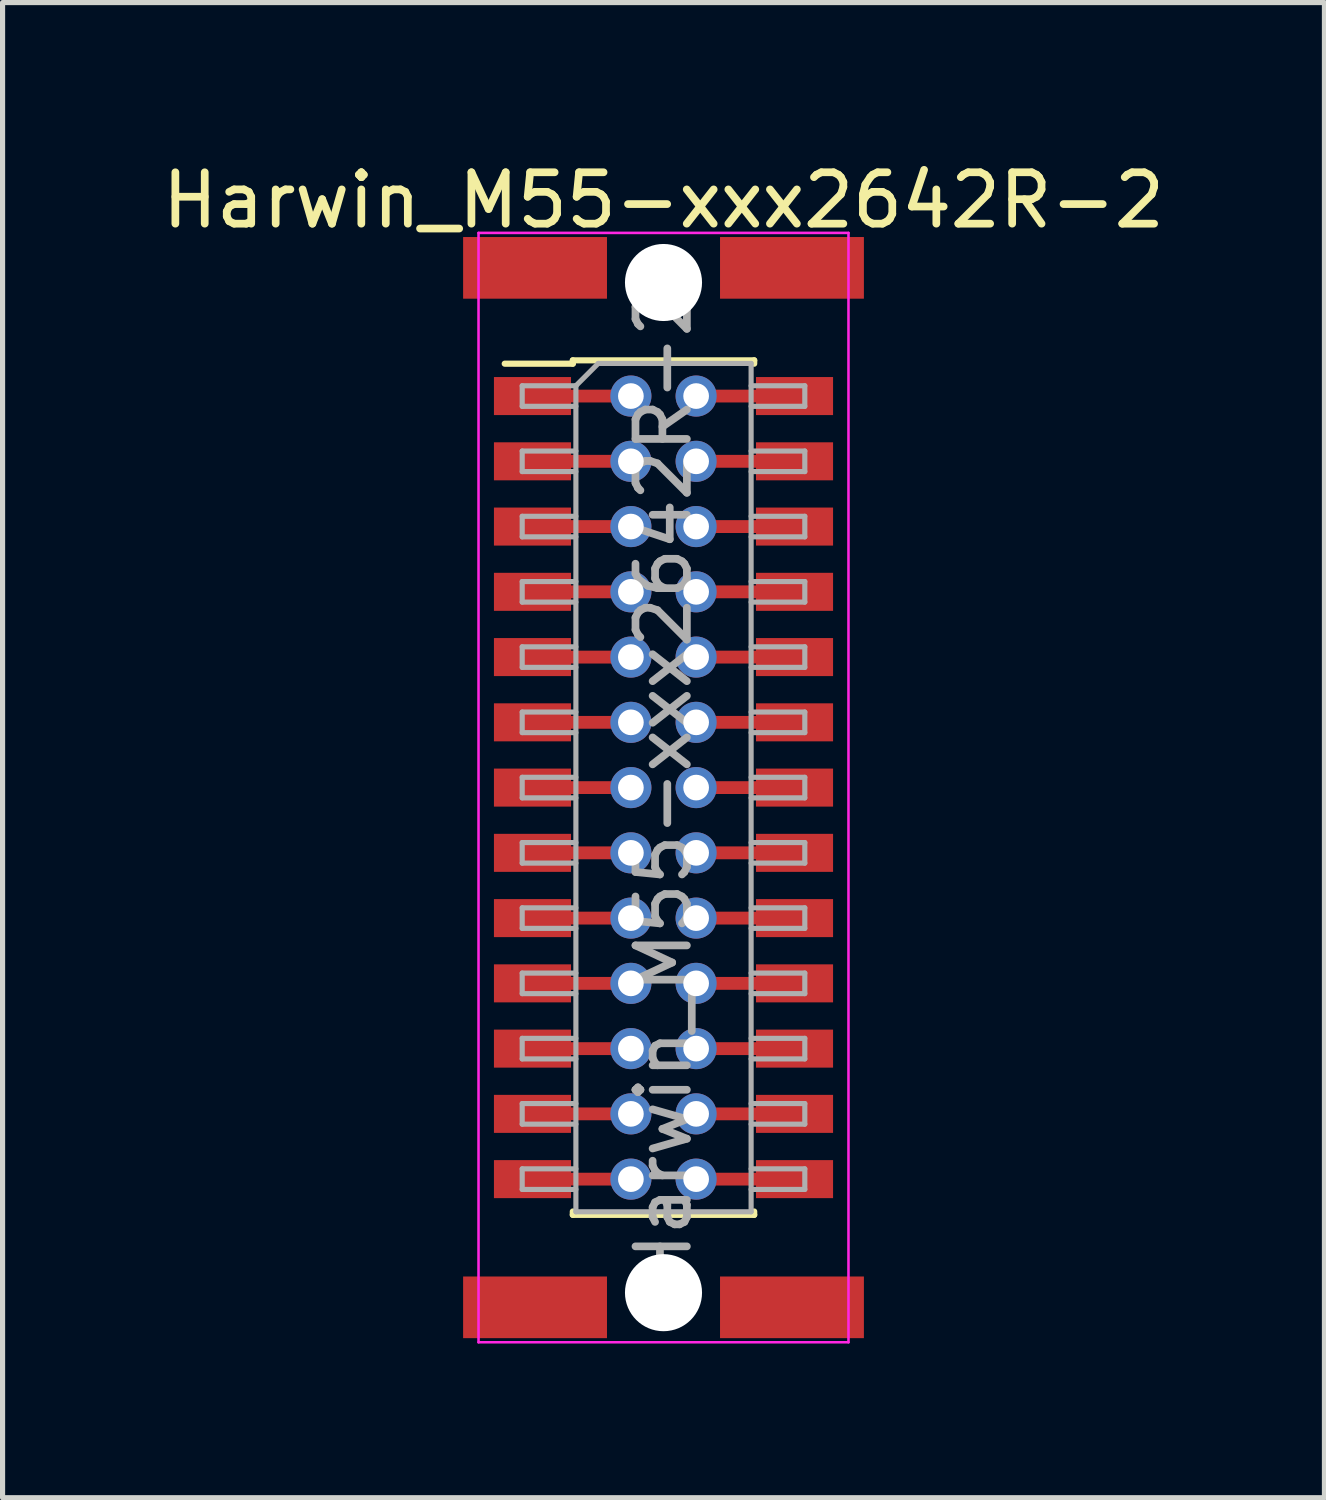
<source format=kicad_pcb>
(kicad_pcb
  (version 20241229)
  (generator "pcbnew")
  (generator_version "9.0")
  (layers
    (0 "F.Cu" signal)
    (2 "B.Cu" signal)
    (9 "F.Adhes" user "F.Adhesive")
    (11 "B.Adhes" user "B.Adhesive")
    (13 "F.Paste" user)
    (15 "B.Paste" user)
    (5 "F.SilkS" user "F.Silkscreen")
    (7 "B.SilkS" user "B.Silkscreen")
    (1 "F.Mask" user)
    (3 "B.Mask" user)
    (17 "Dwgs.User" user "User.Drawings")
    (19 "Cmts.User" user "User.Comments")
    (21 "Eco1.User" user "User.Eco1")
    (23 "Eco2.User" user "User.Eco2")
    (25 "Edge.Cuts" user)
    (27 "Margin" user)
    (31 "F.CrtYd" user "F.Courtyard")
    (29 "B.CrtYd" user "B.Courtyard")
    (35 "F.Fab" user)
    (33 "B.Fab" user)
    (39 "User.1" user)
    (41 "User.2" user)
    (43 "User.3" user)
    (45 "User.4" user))
  (footprint "Harwin_M55-xxx2642R-2"
    (layer "F.Cu")
    (at 9.863 12.278)
    (property "Reference" "Harwin_M55-xxx2642R-2" (at 0 -11.43 0) (layer "F.SilkS") (effects (font (size 1 1) (thickness 0.15))))
    (attr smd)
    (fp_line (start -0.635 -7.62) (end -1.905 -7.62) (stroke (width 0.25) (type solid)) (layer "F.Cu"))
    (fp_line (start -0.635 -6.35) (end -1.905 -6.35) (stroke (width 0.25) (type solid)) (layer "F.Cu"))
    (fp_line (start -0.635 -5.08) (end -1.905 -5.08) (stroke (width 0.25) (type solid)) (layer "F.Cu"))
    (fp_line (start -0.635 -3.81) (end -1.905 -3.81) (stroke (width 0.25) (type solid)) (layer "F.Cu"))
    (fp_line (start -0.635 -2.54) (end -1.905 -2.54) (stroke (width 0.25) (type solid)) (layer "F.Cu"))
    (fp_line (start -0.635 -1.27) (end -1.905 -1.27) (stroke (width 0.25) (type solid)) (layer "F.Cu"))
    (fp_line (start -0.635 0) (end -1.905 0) (stroke (width 0.25) (type solid)) (layer "F.Cu"))
    (fp_line (start -0.635 1.27) (end -1.905 1.27) (stroke (width 0.25) (type solid)) (layer "F.Cu"))
    (fp_line (start -0.635 2.54) (end -1.905 2.54) (stroke (width 0.25) (type solid)) (layer "F.Cu"))
    (fp_line (start -0.635 3.81) (end -1.905 3.81) (stroke (width 0.25) (type solid)) (layer "F.Cu"))
    (fp_line (start -0.635 5.08) (end -1.905 5.08) (stroke (width 0.25) (type solid)) (layer "F.Cu"))
    (fp_line (start -0.635 6.35) (end -1.905 6.35) (stroke (width 0.25) (type solid)) (layer "F.Cu"))
    (fp_line (start -0.635 7.62) (end -1.905 7.62) (stroke (width 0.25) (type solid)) (layer "F.Cu"))
    (fp_line (start 0.635 -7.62) (end 1.905 -7.62) (stroke (width 0.25) (type solid)) (layer "F.Cu"))
    (fp_line (start 0.635 -6.35) (end 1.905 -6.35) (stroke (width 0.25) (type solid)) (layer "F.Cu"))
    (fp_line (start 0.635 -5.08) (end 1.905 -5.08) (stroke (width 0.25) (type solid)) (layer "F.Cu"))
    (fp_line (start 0.635 -3.81) (end 1.905 -3.81) (stroke (width 0.25) (type solid)) (layer "F.Cu"))
    (fp_line (start 0.635 -2.54) (end 1.905 -2.54) (stroke (width 0.25) (type solid)) (layer "F.Cu"))
    (fp_line (start 0.635 -1.27) (end 1.905 -1.27) (stroke (width 0.25) (type solid)) (layer "F.Cu"))
    (fp_line (start 0.635 0) (end 1.905 0) (stroke (width 0.25) (type solid)) (layer "F.Cu"))
    (fp_line (start 0.635 1.27) (end 1.905 1.27) (stroke (width 0.25) (type solid)) (layer "F.Cu"))
    (fp_line (start 0.635 2.54) (end 1.905 2.54) (stroke (width 0.25) (type solid)) (layer "F.Cu"))
    (fp_line (start 0.635 3.81) (end 1.905 3.81) (stroke (width 0.25) (type solid)) (layer "F.Cu"))
    (fp_line (start 0.635 5.08) (end 1.905 5.08) (stroke (width 0.25) (type solid)) (layer "F.Cu"))
    (fp_line (start 0.635 6.35) (end 1.905 6.35) (stroke (width 0.25) (type solid)) (layer "F.Cu"))
    (fp_line (start 0.635 7.62) (end 1.905 7.62) (stroke (width 0.25) (type solid)) (layer "F.Cu"))
    (fp_line (start -3.09 -8.25) (end -1.765 -8.25) (stroke (width 0.12) (type solid)) (layer "F.SilkS"))
    (fp_line (start -1.765 -8.315) (end -1.765 -8.25) (stroke (width 0.12) (type solid)) (layer "F.SilkS"))
    (fp_line (start -1.765 -8.315) (end 1.765 -8.315) (stroke (width 0.12) (type solid)) (layer "F.SilkS"))
    (fp_line (start -1.765 8.25) (end -1.765 8.315) (stroke (width 0.12) (type solid)) (layer "F.SilkS"))
    (fp_line (start -1.765 8.315) (end 1.765 8.315) (stroke (width 0.12) (type solid)) (layer "F.SilkS"))
    (fp_line (start 1.765 -8.315) (end 1.765 -8.25) (stroke (width 0.12) (type solid)) (layer "F.SilkS"))
    (fp_line (start 1.765 8.25) (end 1.765 8.315) (stroke (width 0.12) (type solid)) (layer "F.SilkS"))
    (fp_line (start -3.6 -10.795) (end -3.6 10.795) (stroke (width 0.05) (type solid)) (layer "F.CrtYd"))
    (fp_line (start -3.6 10.795) (end 3.6 10.795) (stroke (width 0.05) (type solid)) (layer "F.CrtYd"))
    (fp_line (start 3.6 -10.795) (end -3.6 -10.795) (stroke (width 0.05) (type solid)) (layer "F.CrtYd"))
    (fp_line (start 3.6 10.795) (end 3.6 -10.795) (stroke (width 0.05) (type solid)) (layer "F.CrtYd"))
    (fp_line (start -2.75 -7.82) (end -2.75 -7.42) (stroke (width 0.1) (type solid)) (layer "F.Fab"))
    (fp_line (start -2.75 -7.42) (end -1.705 -7.42) (stroke (width 0.1) (type solid)) (layer "F.Fab"))
    (fp_line (start -2.75 -6.55) (end -2.75 -6.15) (stroke (width 0.1) (type solid)) (layer "F.Fab"))
    (fp_line (start -2.75 -6.15) (end -1.705 -6.15) (stroke (width 0.1) (type solid)) (layer "F.Fab"))
    (fp_line (start -2.75 -5.28) (end -2.75 -4.88) (stroke (width 0.1) (type solid)) (layer "F.Fab"))
    (fp_line (start -2.75 -4.88) (end -1.705 -4.88) (stroke (width 0.1) (type solid)) (layer "F.Fab"))
    (fp_line (start -2.75 -4.01) (end -2.75 -3.61) (stroke (width 0.1) (type solid)) (layer "F.Fab"))
    (fp_line (start -2.75 -3.61) (end -1.705 -3.61) (stroke (width 0.1) (type solid)) (layer "F.Fab"))
    (fp_line (start -2.75 -2.74) (end -2.75 -2.34) (stroke (width 0.1) (type solid)) (layer "F.Fab"))
    (fp_line (start -2.75 -2.34) (end -1.705 -2.34) (stroke (width 0.1) (type solid)) (layer "F.Fab"))
    (fp_line (start -2.75 -1.47) (end -2.75 -1.07) (stroke (width 0.1) (type solid)) (layer "F.Fab"))
    (fp_line (start -2.75 -1.07) (end -1.705 -1.07) (stroke (width 0.1) (type solid)) (layer "F.Fab"))
    (fp_line (start -2.75 -0.2) (end -2.75 0.2) (stroke (width 0.1) (type solid)) (layer "F.Fab"))
    (fp_line (start -2.75 0.2) (end -1.705 0.2) (stroke (width 0.1) (type solid)) (layer "F.Fab"))
    (fp_line (start -2.75 1.07) (end -2.75 1.47) (stroke (width 0.1) (type solid)) (layer "F.Fab"))
    (fp_line (start -2.75 1.47) (end -1.705 1.47) (stroke (width 0.1) (type solid)) (layer "F.Fab"))
    (fp_line (start -2.75 2.34) (end -2.75 2.74) (stroke (width 0.1) (type solid)) (layer "F.Fab"))
    (fp_line (start -2.75 2.74) (end -1.705 2.74) (stroke (width 0.1) (type solid)) (layer "F.Fab"))
    (fp_line (start -2.75 3.61) (end -2.75 4.01) (stroke (width 0.1) (type solid)) (layer "F.Fab"))
    (fp_line (start -2.75 4.01) (end -1.705 4.01) (stroke (width 0.1) (type solid)) (layer "F.Fab"))
    (fp_line (start -2.75 4.88) (end -2.75 5.28) (stroke (width 0.1) (type solid)) (layer "F.Fab"))
    (fp_line (start -2.75 5.28) (end -1.705 5.28) (stroke (width 0.1) (type solid)) (layer "F.Fab"))
    (fp_line (start -2.75 6.15) (end -2.75 6.55) (stroke (width 0.1) (type solid)) (layer "F.Fab"))
    (fp_line (start -2.75 6.55) (end -1.705 6.55) (stroke (width 0.1) (type solid)) (layer "F.Fab"))
    (fp_line (start -2.75 7.42) (end -2.75 7.82) (stroke (width 0.1) (type solid)) (layer "F.Fab"))
    (fp_line (start -2.75 7.82) (end -1.705 7.82) (stroke (width 0.1) (type solid)) (layer "F.Fab"))
    (fp_line (start -1.705 -7.82) (end -2.75 -7.82) (stroke (width 0.1) (type solid)) (layer "F.Fab"))
    (fp_line (start -1.705 -7.82) (end -1.27 -8.255) (stroke (width 0.1) (type solid)) (layer "F.Fab"))
    (fp_line (start -1.705 -6.55) (end -2.75 -6.55) (stroke (width 0.1) (type solid)) (layer "F.Fab"))
    (fp_line (start -1.705 -5.28) (end -2.75 -5.28) (stroke (width 0.1) (type solid)) (layer "F.Fab"))
    (fp_line (start -1.705 -4.01) (end -2.75 -4.01) (stroke (width 0.1) (type solid)) (layer "F.Fab"))
    (fp_line (start -1.705 -2.74) (end -2.75 -2.74) (stroke (width 0.1) (type solid)) (layer "F.Fab"))
    (fp_line (start -1.705 -1.47) (end -2.75 -1.47) (stroke (width 0.1) (type solid)) (layer "F.Fab"))
    (fp_line (start -1.705 -0.2) (end -2.75 -0.2) (stroke (width 0.1) (type solid)) (layer "F.Fab"))
    (fp_line (start -1.705 1.07) (end -2.75 1.07) (stroke (width 0.1) (type solid)) (layer "F.Fab"))
    (fp_line (start -1.705 2.34) (end -2.75 2.34) (stroke (width 0.1) (type solid)) (layer "F.Fab"))
    (fp_line (start -1.705 3.61) (end -2.75 3.61) (stroke (width 0.1) (type solid)) (layer "F.Fab"))
    (fp_line (start -1.705 4.88) (end -2.75 4.88) (stroke (width 0.1) (type solid)) (layer "F.Fab"))
    (fp_line (start -1.705 6.15) (end -2.75 6.15) (stroke (width 0.1) (type solid)) (layer "F.Fab"))
    (fp_line (start -1.705 7.42) (end -2.75 7.42) (stroke (width 0.1) (type solid)) (layer "F.Fab"))
    (fp_line (start -1.705 8.255) (end -1.705 -7.82) (stroke (width 0.1) (type solid)) (layer "F.Fab"))
    (fp_line (start -1.27 -8.255) (end 1.705 -8.255) (stroke (width 0.1) (type solid)) (layer "F.Fab"))
    (fp_line (start 1.705 -8.255) (end 1.705 8.255) (stroke (width 0.1) (type solid)) (layer "F.Fab"))
    (fp_line (start 1.705 -7.82) (end 2.75 -7.82) (stroke (width 0.1) (type solid)) (layer "F.Fab"))
    (fp_line (start 1.705 -6.55) (end 2.75 -6.55) (stroke (width 0.1) (type solid)) (layer "F.Fab"))
    (fp_line (start 1.705 -5.28) (end 2.75 -5.28) (stroke (width 0.1) (type solid)) (layer "F.Fab"))
    (fp_line (start 1.705 -4.01) (end 2.75 -4.01) (stroke (width 0.1) (type solid)) (layer "F.Fab"))
    (fp_line (start 1.705 -2.74) (end 2.75 -2.74) (stroke (width 0.1) (type solid)) (layer "F.Fab"))
    (fp_line (start 1.705 -1.47) (end 2.75 -1.47) (stroke (width 0.1) (type solid)) (layer "F.Fab"))
    (fp_line (start 1.705 -0.2) (end 2.75 -0.2) (stroke (width 0.1) (type solid)) (layer "F.Fab"))
    (fp_line (start 1.705 1.07) (end 2.75 1.07) (stroke (width 0.1) (type solid)) (layer "F.Fab"))
    (fp_line (start 1.705 2.34) (end 2.75 2.34) (stroke (width 0.1) (type solid)) (layer "F.Fab"))
    (fp_line (start 1.705 3.61) (end 2.75 3.61) (stroke (width 0.1) (type solid)) (layer "F.Fab"))
    (fp_line (start 1.705 4.88) (end 2.75 4.88) (stroke (width 0.1) (type solid)) (layer "F.Fab"))
    (fp_line (start 1.705 6.15) (end 2.75 6.15) (stroke (width 0.1) (type solid)) (layer "F.Fab"))
    (fp_line (start 1.705 7.42) (end 2.75 7.42) (stroke (width 0.1) (type solid)) (layer "F.Fab"))
    (fp_line (start 1.705 8.255) (end -1.705 8.255) (stroke (width 0.1) (type solid)) (layer "F.Fab"))
    (fp_line (start 2.75 -7.82) (end 2.75 -7.42) (stroke (width 0.1) (type solid)) (layer "F.Fab"))
    (fp_line (start 2.75 -7.42) (end 1.705 -7.42) (stroke (width 0.1) (type solid)) (layer "F.Fab"))
    (fp_line (start 2.75 -6.55) (end 2.75 -6.15) (stroke (width 0.1) (type solid)) (layer "F.Fab"))
    (fp_line (start 2.75 -6.15) (end 1.705 -6.15) (stroke (width 0.1) (type solid)) (layer "F.Fab"))
    (fp_line (start 2.75 -5.28) (end 2.75 -4.88) (stroke (width 0.1) (type solid)) (layer "F.Fab"))
    (fp_line (start 2.75 -4.88) (end 1.705 -4.88) (stroke (width 0.1) (type solid)) (layer "F.Fab"))
    (fp_line (start 2.75 -4.01) (end 2.75 -3.61) (stroke (width 0.1) (type solid)) (layer "F.Fab"))
    (fp_line (start 2.75 -3.61) (end 1.705 -3.61) (stroke (width 0.1) (type solid)) (layer "F.Fab"))
    (fp_line (start 2.75 -2.74) (end 2.75 -2.34) (stroke (width 0.1) (type solid)) (layer "F.Fab"))
    (fp_line (start 2.75 -2.34) (end 1.705 -2.34) (stroke (width 0.1) (type solid)) (layer "F.Fab"))
    (fp_line (start 2.75 -1.47) (end 2.75 -1.07) (stroke (width 0.1) (type solid)) (layer "F.Fab"))
    (fp_line (start 2.75 -1.07) (end 1.705 -1.07) (stroke (width 0.1) (type solid)) (layer "F.Fab"))
    (fp_line (start 2.75 -0.2) (end 2.75 0.2) (stroke (width 0.1) (type solid)) (layer "F.Fab"))
    (fp_line (start 2.75 0.2) (end 1.705 0.2) (stroke (width 0.1) (type solid)) (layer "F.Fab"))
    (fp_line (start 2.75 1.07) (end 2.75 1.47) (stroke (width 0.1) (type solid)) (layer "F.Fab"))
    (fp_line (start 2.75 1.47) (end 1.705 1.47) (stroke (width 0.1) (type solid)) (layer "F.Fab"))
    (fp_line (start 2.75 2.34) (end 2.75 2.74) (stroke (width 0.1) (type solid)) (layer "F.Fab"))
    (fp_line (start 2.75 2.74) (end 1.705 2.74) (stroke (width 0.1) (type solid)) (layer "F.Fab"))
    (fp_line (start 2.75 3.61) (end 2.75 4.01) (stroke (width 0.1) (type solid)) (layer "F.Fab"))
    (fp_line (start 2.75 4.01) (end 1.705 4.01) (stroke (width 0.1) (type solid)) (layer "F.Fab"))
    (fp_line (start 2.75 4.88) (end 2.75 5.28) (stroke (width 0.1) (type solid)) (layer "F.Fab"))
    (fp_line (start 2.75 5.28) (end 1.705 5.28) (stroke (width 0.1) (type solid)) (layer "F.Fab"))
    (fp_line (start 2.75 6.15) (end 2.75 6.55) (stroke (width 0.1) (type solid)) (layer "F.Fab"))
    (fp_line (start 2.75 6.55) (end 1.705 6.55) (stroke (width 0.1) (type solid)) (layer "F.Fab"))
    (fp_line (start 2.75 7.42) (end 2.75 7.82) (stroke (width 0.1) (type solid)) (layer "F.Fab"))
    (fp_line (start 2.75 7.82) (end 1.705 7.82) (stroke (width 0.1) (type solid)) (layer "F.Fab"))
    (fp_text user "${REFERENCE}" (at 0 0 90) (layer "F.Fab") (effects (font (size 1 1) (thickness 0.15))))
    (pad "" np_thru_hole circle (at 0 -9.83) (size 1.5 1.5) (drill 1.5) (layers "*.Cu"))
    (pad "" np_thru_hole circle (at 0 9.83) (size 1.5 1.5) (drill 1.5) (layers "*.Cu"))
    (pad "1" smd rect (at -2.55 -7.62) (size 1.5 0.74) (layers "F.Cu" "F.Mask" "F.Paste"))
    (pad "1" thru_hole circle (at -0.635 -7.62) (size 0.8 0.8) (drill 0.5) (layers "*.Cu" "*.Mask"))
    (pad "2" thru_hole circle (at 0.635 -7.62) (size 0.8 0.8) (drill 0.5) (layers "*.Cu" "*.Mask"))
    (pad "2" smd rect (at 2.55 -7.62) (size 1.5 0.74) (layers "F.Cu" "F.Mask" "F.Paste"))
    (pad "3" smd rect (at -2.55 -6.35) (size 1.5 0.74) (layers "F.Cu" "F.Mask" "F.Paste"))
    (pad "3" thru_hole circle (at -0.635 -6.35) (size 0.8 0.8) (drill 0.5) (layers "*.Cu" "*.Mask"))
    (pad "4" thru_hole circle (at 0.635 -6.35) (size 0.8 0.8) (drill 0.5) (layers "*.Cu" "*.Mask"))
    (pad "4" smd rect (at 2.55 -6.35) (size 1.5 0.74) (layers "F.Cu" "F.Mask" "F.Paste"))
    (pad "5" smd rect (at -2.55 -5.08) (size 1.5 0.74) (layers "F.Cu" "F.Mask" "F.Paste"))
    (pad "5" thru_hole circle (at -0.635 -5.08) (size 0.8 0.8) (drill 0.5) (layers "*.Cu" "*.Mask"))
    (pad "6" thru_hole circle (at 0.635 -5.08) (size 0.8 0.8) (drill 0.5) (layers "*.Cu" "*.Mask"))
    (pad "6" smd rect (at 2.55 -5.08) (size 1.5 0.74) (layers "F.Cu" "F.Mask" "F.Paste"))
    (pad "7" smd rect (at -2.55 -3.81) (size 1.5 0.74) (layers "F.Cu" "F.Mask" "F.Paste"))
    (pad "7" thru_hole circle (at -0.635 -3.81) (size 0.8 0.8) (drill 0.5) (layers "*.Cu" "*.Mask"))
    (pad "8" thru_hole circle (at 0.635 -3.81) (size 0.8 0.8) (drill 0.5) (layers "*.Cu" "*.Mask"))
    (pad "8" smd rect (at 2.55 -3.81) (size 1.5 0.74) (layers "F.Cu" "F.Mask" "F.Paste"))
    (pad "9" smd rect (at -2.55 -2.54) (size 1.5 0.74) (layers "F.Cu" "F.Mask" "F.Paste"))
    (pad "9" thru_hole circle (at -0.635 -2.54) (size 0.8 0.8) (drill 0.5) (layers "*.Cu" "*.Mask"))
    (pad "10" thru_hole circle (at 0.635 -2.54) (size 0.8 0.8) (drill 0.5) (layers "*.Cu" "*.Mask"))
    (pad "10" smd rect (at 2.55 -2.54) (size 1.5 0.74) (layers "F.Cu" "F.Mask" "F.Paste"))
    (pad "11" smd rect (at -2.55 -1.27) (size 1.5 0.74) (layers "F.Cu" "F.Mask" "F.Paste"))
    (pad "11" thru_hole circle (at -0.635 -1.27) (size 0.8 0.8) (drill 0.5) (layers "*.Cu" "*.Mask"))
    (pad "12" thru_hole circle (at 0.635 -1.27) (size 0.8 0.8) (drill 0.5) (layers "*.Cu" "*.Mask"))
    (pad "12" smd rect (at 2.55 -1.27) (size 1.5 0.74) (layers "F.Cu" "F.Mask" "F.Paste"))
    (pad "13" smd rect (at -2.55 0) (size 1.5 0.74) (layers "F.Cu" "F.Mask" "F.Paste"))
    (pad "13" thru_hole circle (at -0.635 0) (size 0.8 0.8) (drill 0.5) (layers "*.Cu" "*.Mask"))
    (pad "14" thru_hole circle (at 0.635 0) (size 0.8 0.8) (drill 0.5) (layers "*.Cu" "*.Mask"))
    (pad "14" smd rect (at 2.55 0) (size 1.5 0.74) (layers "F.Cu" "F.Mask" "F.Paste"))
    (pad "15" smd rect (at -2.55 1.27) (size 1.5 0.74) (layers "F.Cu" "F.Mask" "F.Paste"))
    (pad "15" thru_hole circle (at -0.635 1.27) (size 0.8 0.8) (drill 0.5) (layers "*.Cu" "*.Mask"))
    (pad "16" thru_hole circle (at 0.635 1.27) (size 0.8 0.8) (drill 0.5) (layers "*.Cu" "*.Mask"))
    (pad "16" smd rect (at 2.55 1.27) (size 1.5 0.74) (layers "F.Cu" "F.Mask" "F.Paste"))
    (pad "17" smd rect (at -2.55 2.54) (size 1.5 0.74) (layers "F.Cu" "F.Mask" "F.Paste"))
    (pad "17" thru_hole circle (at -0.635 2.54) (size 0.8 0.8) (drill 0.5) (layers "*.Cu" "*.Mask"))
    (pad "18" thru_hole circle (at 0.635 2.54) (size 0.8 0.8) (drill 0.5) (layers "*.Cu" "*.Mask"))
    (pad "18" smd rect (at 2.55 2.54) (size 1.5 0.74) (layers "F.Cu" "F.Mask" "F.Paste"))
    (pad "19" smd rect (at -2.55 3.81) (size 1.5 0.74) (layers "F.Cu" "F.Mask" "F.Paste"))
    (pad "19" thru_hole circle (at -0.635 3.81) (size 0.8 0.8) (drill 0.5) (layers "*.Cu" "*.Mask"))
    (pad "20" thru_hole circle (at 0.635 3.81) (size 0.8 0.8) (drill 0.5) (layers "*.Cu" "*.Mask"))
    (pad "20" smd rect (at 2.55 3.81) (size 1.5 0.74) (layers "F.Cu" "F.Mask" "F.Paste"))
    (pad "21" smd rect (at -2.55 5.08) (size 1.5 0.74) (layers "F.Cu" "F.Mask" "F.Paste"))
    (pad "21" thru_hole circle (at -0.635 5.08) (size 0.8 0.8) (drill 0.5) (layers "*.Cu" "*.Mask"))
    (pad "22" thru_hole circle (at 0.635 5.08) (size 0.8 0.8) (drill 0.5) (layers "*.Cu" "*.Mask"))
    (pad "22" smd rect (at 2.55 5.08) (size 1.5 0.74) (layers "F.Cu" "F.Mask" "F.Paste"))
    (pad "23" smd rect (at -2.55 6.35) (size 1.5 0.74) (layers "F.Cu" "F.Mask" "F.Paste"))
    (pad "23" thru_hole circle (at -0.635 6.35) (size 0.8 0.8) (drill 0.5) (layers "*.Cu" "*.Mask"))
    (pad "24" thru_hole circle (at 0.635 6.35) (size 0.8 0.8) (drill 0.5) (layers "*.Cu" "*.Mask"))
    (pad "24" smd rect (at 2.55 6.35) (size 1.5 0.74) (layers "F.Cu" "F.Mask" "F.Paste"))
    (pad "25" smd rect (at -2.55 7.62) (size 1.5 0.74) (layers "F.Cu" "F.Mask" "F.Paste"))
    (pad "25" thru_hole circle (at -0.635 7.62) (size 0.8 0.8) (drill 0.5) (layers "*.Cu" "*.Mask"))
    (pad "26" thru_hole circle (at 0.635 7.62) (size 0.8 0.8) (drill 0.5) (layers "*.Cu" "*.Mask"))
    (pad "26" smd rect (at 2.55 7.62) (size 1.5 0.74) (layers "F.Cu" "F.Mask" "F.Paste"))
    (pad "MP" smd rect (at -2.5 -10.115 270) (size 1.2 2.8) (layers "F.Cu" "F.Mask" "F.Paste"))
    (pad "MP" smd rect (at -2.5 10.115 270) (size 1.2 2.8) (layers "F.Cu" "F.Mask" "F.Paste"))
    (pad "MP" smd rect (at 2.5 -10.115 270) (size 1.2 2.8) (layers "F.Cu" "F.Mask" "F.Paste"))
    (pad "MP" smd rect (at 2.5 10.115 270) (size 1.2 2.8) (layers "F.Cu" "F.Mask" "F.Paste")))
  (gr_rect
    (start -3 -3)
    (end 22.726 26.098)
    (stroke (width 0.1) (type default))
    (fill no)
    (layer "Edge.Cuts")))
</source>
